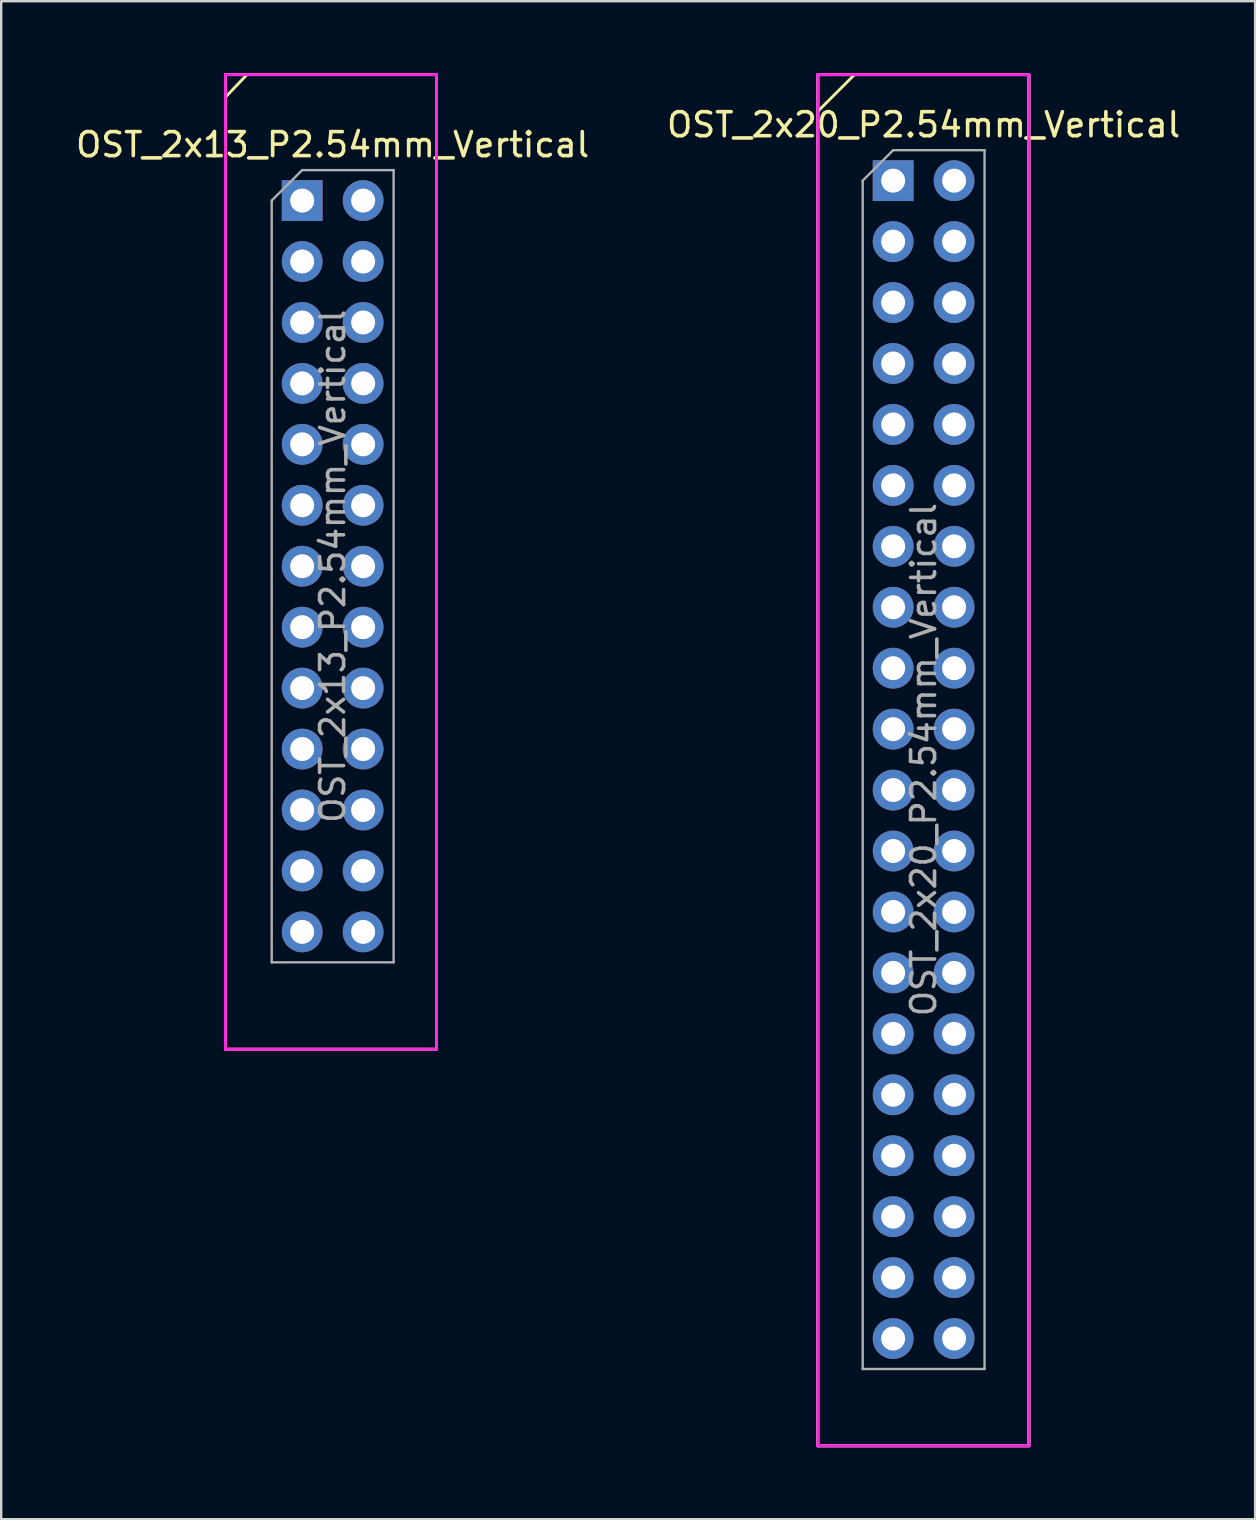
<source format=kicad_pcb>
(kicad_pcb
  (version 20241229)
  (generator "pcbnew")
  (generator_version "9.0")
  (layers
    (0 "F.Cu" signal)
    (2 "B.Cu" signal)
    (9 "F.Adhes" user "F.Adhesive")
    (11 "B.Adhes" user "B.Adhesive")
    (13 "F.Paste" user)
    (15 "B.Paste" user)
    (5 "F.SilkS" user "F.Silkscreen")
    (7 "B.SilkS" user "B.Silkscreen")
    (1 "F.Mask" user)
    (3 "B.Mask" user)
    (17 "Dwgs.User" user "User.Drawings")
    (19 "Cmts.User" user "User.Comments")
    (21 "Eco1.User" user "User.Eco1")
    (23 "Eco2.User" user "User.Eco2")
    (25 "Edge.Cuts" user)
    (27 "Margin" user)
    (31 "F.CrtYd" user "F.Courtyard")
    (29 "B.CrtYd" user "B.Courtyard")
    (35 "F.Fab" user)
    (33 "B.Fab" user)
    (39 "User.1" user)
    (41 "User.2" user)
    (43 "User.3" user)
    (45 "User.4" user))
  (footprint "OST_2x13_P2.54mm_Vertical"
    (layer "F.Cu")
    (at 9.545 5.31)
    (property "Reference" "OST_2x13_P2.54mm_Vertical" (at 1.27 -2.33 0) (layer "F.SilkS") (effects (font (size 1 1) (thickness 0.15))))
    (attr through_hole)
    (fp_line (start -3.2 -5.25) (end 5.6 -5.25) (stroke (width 0.12) (type solid)) (layer "F.SilkS"))
    (fp_line (start -3.2 35.37) (end -3.2 -5.25) (stroke (width 0.12) (type solid)) (layer "F.SilkS"))
    (fp_line (start -2.32 -5.23) (end -3.19 -4.32) (stroke (width 0.12) (type solid)) (layer "F.SilkS"))
    (fp_line (start 5.6 -5.25) (end 5.6 35.37) (stroke (width 0.12) (type solid)) (layer "F.SilkS"))
    (fp_line (start 5.6 35.37) (end -3.2 35.37) (stroke (width 0.12) (type solid)) (layer "F.SilkS"))
    (fp_line (start -3.2 -5.25) (end -3.2 35.37) (stroke (width 0.12) (type solid)) (layer "F.CrtYd"))
    (fp_line (start -3.2 35.37) (end 5.6 35.37) (stroke (width 0.12) (type solid)) (layer "F.CrtYd"))
    (fp_line (start 5.6 -5.25) (end -3.2 -5.25) (stroke (width 0.12) (type solid)) (layer "F.CrtYd"))
    (fp_line (start 5.6 35.37) (end 5.6 -5.25) (stroke (width 0.12) (type solid)) (layer "F.CrtYd"))
    (fp_line (start -1.27 0) (end 0 -1.27) (stroke (width 0.1) (type solid)) (layer "F.Fab"))
    (fp_line (start -1.27 31.75) (end -1.27 0) (stroke (width 0.1) (type solid)) (layer "F.Fab"))
    (fp_line (start 0 -1.27) (end 3.81 -1.27) (stroke (width 0.1) (type solid)) (layer "F.Fab"))
    (fp_line (start 3.81 -1.27) (end 3.81 31.75) (stroke (width 0.1) (type solid)) (layer "F.Fab"))
    (fp_line (start 3.81 31.75) (end -1.27 31.75) (stroke (width 0.1) (type solid)) (layer "F.Fab"))
    (fp_text user "${REFERENCE}" (at 1.27 15.24 90) (layer "F.Fab") (effects (font (size 1 1) (thickness 0.15))))
    (pad "1" thru_hole rect (at 0 0) (size 1.7 1.7) (drill 1) (layers "*.Cu" "*.Mask"))
    (pad "2" thru_hole oval (at 2.54 0) (size 1.7 1.7) (drill 1) (layers "*.Cu" "*.Mask"))
    (pad "3" thru_hole oval (at 0 2.54) (size 1.7 1.7) (drill 1) (layers "*.Cu" "*.Mask"))
    (pad "4" thru_hole oval (at 2.54 2.54) (size 1.7 1.7) (drill 1) (layers "*.Cu" "*.Mask"))
    (pad "5" thru_hole oval (at 0 5.08) (size 1.7 1.7) (drill 1) (layers "*.Cu" "*.Mask"))
    (pad "6" thru_hole oval (at 2.54 5.08) (size 1.7 1.7) (drill 1) (layers "*.Cu" "*.Mask"))
    (pad "7" thru_hole oval (at 0 7.62) (size 1.7 1.7) (drill 1) (layers "*.Cu" "*.Mask"))
    (pad "8" thru_hole oval (at 2.54 7.62) (size 1.7 1.7) (drill 1) (layers "*.Cu" "*.Mask"))
    (pad "9" thru_hole oval (at 0 10.16) (size 1.7 1.7) (drill 1) (layers "*.Cu" "*.Mask"))
    (pad "10" thru_hole oval (at 2.54 10.16) (size 1.7 1.7) (drill 1) (layers "*.Cu" "*.Mask"))
    (pad "11" thru_hole oval (at 0 12.7) (size 1.7 1.7) (drill 1) (layers "*.Cu" "*.Mask"))
    (pad "12" thru_hole oval (at 2.54 12.7) (size 1.7 1.7) (drill 1) (layers "*.Cu" "*.Mask"))
    (pad "13" thru_hole oval (at 0 15.24) (size 1.7 1.7) (drill 1) (layers "*.Cu" "*.Mask"))
    (pad "14" thru_hole oval (at 2.54 15.24) (size 1.7 1.7) (drill 1) (layers "*.Cu" "*.Mask"))
    (pad "15" thru_hole oval (at 0 17.78) (size 1.7 1.7) (drill 1) (layers "*.Cu" "*.Mask"))
    (pad "16" thru_hole oval (at 2.54 17.78) (size 1.7 1.7) (drill 1) (layers "*.Cu" "*.Mask"))
    (pad "17" thru_hole oval (at 0 20.32) (size 1.7 1.7) (drill 1) (layers "*.Cu" "*.Mask"))
    (pad "18" thru_hole oval (at 2.54 20.32) (size 1.7 1.7) (drill 1) (layers "*.Cu" "*.Mask"))
    (pad "19" thru_hole oval (at 0 22.86) (size 1.7 1.7) (drill 1) (layers "*.Cu" "*.Mask"))
    (pad "20" thru_hole oval (at 2.54 22.86) (size 1.7 1.7) (drill 1) (layers "*.Cu" "*.Mask"))
    (pad "21" thru_hole oval (at 0 25.4) (size 1.7 1.7) (drill 1) (layers "*.Cu" "*.Mask"))
    (pad "22" thru_hole oval (at 2.54 25.4) (size 1.7 1.7) (drill 1) (layers "*.Cu" "*.Mask"))
    (pad "23" thru_hole oval (at 0 27.94) (size 1.7 1.7) (drill 1) (layers "*.Cu" "*.Mask"))
    (pad "24" thru_hole oval (at 2.54 27.94) (size 1.7 1.7) (drill 1) (layers "*.Cu" "*.Mask"))
    (pad "25" thru_hole oval (at 0 30.48) (size 1.7 1.7) (drill 1) (layers "*.Cu" "*.Mask"))
    (pad "26" thru_hole oval (at 2.54 30.48) (size 1.7 1.7) (drill 1) (layers "*.Cu" "*.Mask")))
  (footprint "OST_2x20_P2.54mm_Vertical"
    (layer "F.Cu")
    (at 34.176 4.48)
    (property "Reference" "OST_2x20_P2.54mm_Vertical" (at 1.27 -2.33 0) (layer "F.SilkS") (effects (font (size 1 1) (thickness 0.15))))
    (attr through_hole)
    (fp_line (start -3.14 -4.42) (end 5.66 -4.42) (stroke (width 0.12) (type solid)) (layer "F.SilkS"))
    (fp_line (start -3.14 52.73) (end -3.14 -4.42) (stroke (width 0.12) (type solid)) (layer "F.SilkS"))
    (fp_line (start -1.63 -4.4) (end -3.13 -2.9) (stroke (width 0.12) (type solid)) (layer "F.SilkS"))
    (fp_line (start 5.66 -4.42) (end 5.66 52.73) (stroke (width 0.12) (type solid)) (layer "F.SilkS"))
    (fp_line (start 5.66 52.73) (end -3.14 52.73) (stroke (width 0.12) (type solid)) (layer "F.SilkS"))
    (fp_line (start -3.14 -4.42) (end 5.66 -4.42) (stroke (width 0.12) (type solid)) (layer "F.CrtYd"))
    (fp_line (start -3.14 52.73) (end -3.14 -4.42) (stroke (width 0.12) (type solid)) (layer "F.CrtYd"))
    (fp_line (start 5.66 -4.42) (end 5.66 52.73) (stroke (width 0.12) (type solid)) (layer "F.CrtYd"))
    (fp_line (start 5.66 52.73) (end -3.14 52.73) (stroke (width 0.12) (type solid)) (layer "F.CrtYd"))
    (fp_line (start -3.14 -4.42) (end 5.66 -4.42) (stroke (width 0.12) (type solid)) (layer "F.Fab"))
    (fp_line (start -3.14 52.73) (end -3.14 -4.42) (stroke (width 0.12) (type solid)) (layer "F.Fab"))
    (fp_line (start -1.27 0) (end 0 -1.27) (stroke (width 0.1) (type solid)) (layer "F.Fab"))
    (fp_line (start -1.27 49.53) (end -1.27 0) (stroke (width 0.1) (type solid)) (layer "F.Fab"))
    (fp_line (start 0 -1.27) (end 3.81 -1.27) (stroke (width 0.1) (type solid)) (layer "F.Fab"))
    (fp_line (start 3.81 -1.27) (end 3.81 49.53) (stroke (width 0.1) (type solid)) (layer "F.Fab"))
    (fp_line (start 3.81 49.53) (end -1.27 49.53) (stroke (width 0.1) (type solid)) (layer "F.Fab"))
    (fp_line (start 5.66 -4.42) (end 5.66 52.73) (stroke (width 0.12) (type solid)) (layer "F.Fab"))
    (fp_line (start 5.66 52.73) (end -3.14 52.73) (stroke (width 0.12) (type solid)) (layer "F.Fab"))
    (fp_text user "${REFERENCE}" (at 1.27 24.13 90) (layer "F.Fab") (effects (font (size 1 1) (thickness 0.15))))
    (pad "1" thru_hole rect (at 0 0) (size 1.7 1.7) (drill 1) (layers "*.Cu" "*.Mask"))
    (pad "2" thru_hole oval (at 2.54 0) (size 1.7 1.7) (drill 1) (layers "*.Cu" "*.Mask"))
    (pad "3" thru_hole oval (at 0 2.54) (size 1.7 1.7) (drill 1) (layers "*.Cu" "*.Mask"))
    (pad "4" thru_hole oval (at 2.54 2.54) (size 1.7 1.7) (drill 1) (layers "*.Cu" "*.Mask"))
    (pad "5" thru_hole oval (at 0 5.08) (size 1.7 1.7) (drill 1) (layers "*.Cu" "*.Mask"))
    (pad "6" thru_hole oval (at 2.54 5.08) (size 1.7 1.7) (drill 1) (layers "*.Cu" "*.Mask"))
    (pad "7" thru_hole oval (at 0 7.62) (size 1.7 1.7) (drill 1) (layers "*.Cu" "*.Mask"))
    (pad "8" thru_hole oval (at 2.54 7.62) (size 1.7 1.7) (drill 1) (layers "*.Cu" "*.Mask"))
    (pad "9" thru_hole oval (at 0 10.16) (size 1.7 1.7) (drill 1) (layers "*.Cu" "*.Mask"))
    (pad "10" thru_hole oval (at 2.54 10.16) (size 1.7 1.7) (drill 1) (layers "*.Cu" "*.Mask"))
    (pad "11" thru_hole oval (at 0 12.7) (size 1.7 1.7) (drill 1) (layers "*.Cu" "*.Mask"))
    (pad "12" thru_hole oval (at 2.54 12.7) (size 1.7 1.7) (drill 1) (layers "*.Cu" "*.Mask"))
    (pad "13" thru_hole oval (at 0 15.24) (size 1.7 1.7) (drill 1) (layers "*.Cu" "*.Mask"))
    (pad "14" thru_hole oval (at 2.54 15.24) (size 1.7 1.7) (drill 1) (layers "*.Cu" "*.Mask"))
    (pad "15" thru_hole oval (at 0 17.78) (size 1.7 1.7) (drill 1) (layers "*.Cu" "*.Mask"))
    (pad "16" thru_hole oval (at 2.54 17.78) (size 1.7 1.7) (drill 1) (layers "*.Cu" "*.Mask"))
    (pad "17" thru_hole oval (at 0 20.32) (size 1.7 1.7) (drill 1) (layers "*.Cu" "*.Mask"))
    (pad "18" thru_hole oval (at 2.54 20.32) (size 1.7 1.7) (drill 1) (layers "*.Cu" "*.Mask"))
    (pad "19" thru_hole oval (at 0 22.86) (size 1.7 1.7) (drill 1) (layers "*.Cu" "*.Mask"))
    (pad "20" thru_hole oval (at 2.54 22.86) (size 1.7 1.7) (drill 1) (layers "*.Cu" "*.Mask"))
    (pad "21" thru_hole oval (at 0 25.4) (size 1.7 1.7) (drill 1) (layers "*.Cu" "*.Mask"))
    (pad "22" thru_hole oval (at 2.54 25.4) (size 1.7 1.7) (drill 1) (layers "*.Cu" "*.Mask"))
    (pad "23" thru_hole oval (at 0 27.94) (size 1.7 1.7) (drill 1) (layers "*.Cu" "*.Mask"))
    (pad "24" thru_hole oval (at 2.54 27.94) (size 1.7 1.7) (drill 1) (layers "*.Cu" "*.Mask"))
    (pad "25" thru_hole oval (at 0 30.48) (size 1.7 1.7) (drill 1) (layers "*.Cu" "*.Mask"))
    (pad "26" thru_hole oval (at 2.54 30.48) (size 1.7 1.7) (drill 1) (layers "*.Cu" "*.Mask"))
    (pad "27" thru_hole oval (at 0 33.02) (size 1.7 1.7) (drill 1) (layers "*.Cu" "*.Mask"))
    (pad "28" thru_hole oval (at 2.54 33.02) (size 1.7 1.7) (drill 1) (layers "*.Cu" "*.Mask"))
    (pad "29" thru_hole oval (at 0 35.56) (size 1.7 1.7) (drill 1) (layers "*.Cu" "*.Mask"))
    (pad "30" thru_hole oval (at 2.54 35.56) (size 1.7 1.7) (drill 1) (layers "*.Cu" "*.Mask"))
    (pad "31" thru_hole oval (at 0 38.1) (size 1.7 1.7) (drill 1) (layers "*.Cu" "*.Mask"))
    (pad "32" thru_hole oval (at 2.54 38.1) (size 1.7 1.7) (drill 1) (layers "*.Cu" "*.Mask"))
    (pad "33" thru_hole oval (at 0 40.64) (size 1.7 1.7) (drill 1) (layers "*.Cu" "*.Mask"))
    (pad "34" thru_hole oval (at 2.54 40.64) (size 1.7 1.7) (drill 1) (layers "*.Cu" "*.Mask"))
    (pad "35" thru_hole oval (at 0 43.18) (size 1.7 1.7) (drill 1) (layers "*.Cu" "*.Mask"))
    (pad "36" thru_hole oval (at 2.54 43.18) (size 1.7 1.7) (drill 1) (layers "*.Cu" "*.Mask"))
    (pad "37" thru_hole oval (at 0 45.72) (size 1.7 1.7) (drill 1) (layers "*.Cu" "*.Mask"))
    (pad "38" thru_hole oval (at 2.54 45.72) (size 1.7 1.7) (drill 1) (layers "*.Cu" "*.Mask"))
    (pad "39" thru_hole oval (at 0 48.26) (size 1.7 1.7) (drill 1) (layers "*.Cu" "*.Mask"))
    (pad "40" thru_hole oval (at 2.54 48.26) (size 1.7 1.7) (drill 1) (layers "*.Cu" "*.Mask")))
  (gr_rect
    (start -3 -3)
    (end 49.262 60.27)
    (stroke (width 0.1) (type default))
    (fill no)
    (layer "Edge.Cuts")))
</source>
